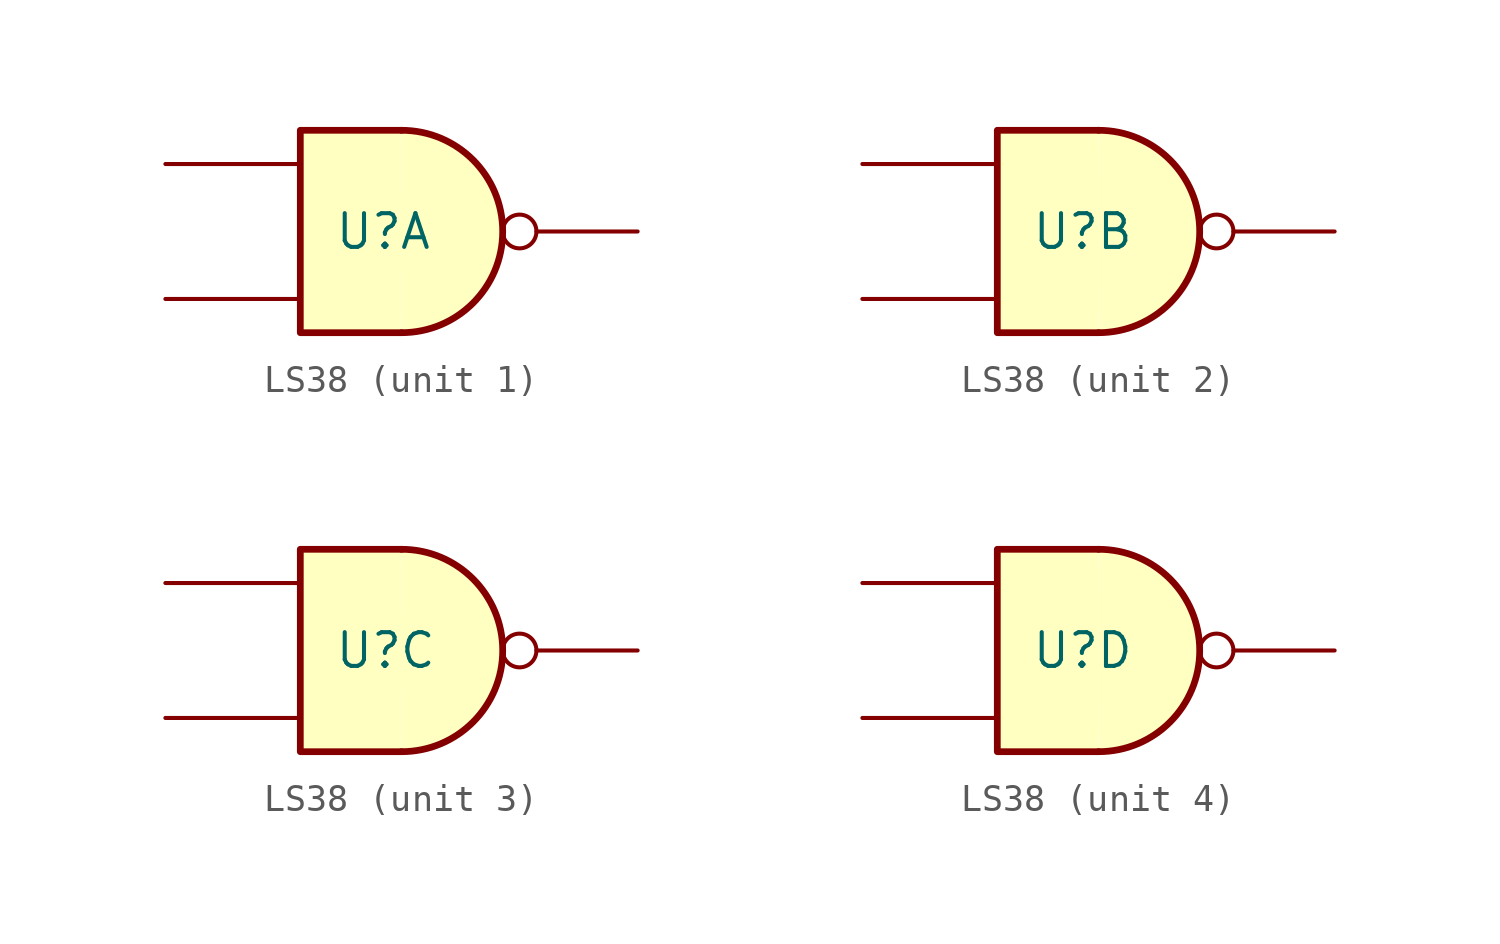
<source format=kicad_sym>
(kicad_symbol_lib
  (version 20211014)
  (generator kicad_symbol_editor)
  (symbol "LS38"
    (property "Reference" "U"
      (at -2.54 0 0)
      (effects (font (size 1.27 1.27)) (justify left)))
    (symbol "LS38_1_1"
      (arc (start 0 -3.81) (mid 3.81 0) (end 0 3.81) (stroke (width 0.254) (type default) (color 0 0 0 0)) (fill (type background)))
      (polyline (pts (xy 0 3.81) (xy -3.81 3.81) (xy -3.81 -3.81) (xy 0 -3.81)) (stroke (width 0.254) (type default) (color 0 0 0 0)) (fill (type background)))
      (pin passive line (at -8.89 -2.54 0) (length 5.08) (name "" (effects (font (size 1.27 1.27)))) (number "" (effects (font (size 1.27 1.27)))))
      (pin passive line (at -8.89 2.54 0) (length 5.08) (name "" (effects (font (size 1.27 1.27)))) (number "" (effects (font (size 1.27 1.27)))))
      (pin passive inverted (at 8.89 0 180) (length 5.08) (name "" (effects (font (size 1.27 1.27)))) (number "" (effects (font (size 1.27 1.27))))))
    (symbol "LS38_2_1"
      (arc (start 0 -3.81) (mid 3.81 0) (end 0 3.81) (stroke (width 0.254) (type default) (color 0 0 0 0)) (fill (type background)))
      (polyline (pts (xy 0 3.81) (xy -3.81 3.81) (xy -3.81 -3.81) (xy 0 -3.81)) (stroke (width 0.254) (type default) (color 0 0 0 0)) (fill (type background)))
      (pin passive line (at -8.89 -2.54 0) (length 5.08) (name "" (effects (font (size 1.27 1.27)))) (number "" (effects (font (size 1.27 1.27)))))
      (pin passive line (at -8.89 2.54 0) (length 5.08) (name "" (effects (font (size 1.27 1.27)))) (number "" (effects (font (size 1.27 1.27)))))
      (pin passive inverted (at 8.89 0 180) (length 5.08) (name "" (effects (font (size 1.27 1.27)))) (number "" (effects (font (size 1.27 1.27))))))
    (symbol "LS38_3_1"
      (arc (start 0 -3.81) (mid 3.81 0) (end 0 3.81) (stroke (width 0.254) (type default) (color 0 0 0 0)) (fill (type background)))
      (polyline (pts (xy 0 3.81) (xy -3.81 3.81) (xy -3.81 -3.81) (xy 0 -3.81)) (stroke (width 0.254) (type default) (color 0 0 0 0)) (fill (type background)))
      (pin passive line (at -8.89 -2.54 0) (length 5.08) (name "" (effects (font (size 1.27 1.27)))) (number "" (effects (font (size 1.27 1.27)))))
      (pin passive line (at -8.89 2.54 0) (length 5.08) (name "" (effects (font (size 1.27 1.27)))) (number "" (effects (font (size 1.27 1.27)))))
      (pin passive inverted (at 8.89 0 180) (length 5.08) (name "" (effects (font (size 1.27 1.27)))) (number "" (effects (font (size 1.27 1.27))))))
    (symbol "LS38_4_1"
      (arc (start 0 -3.81) (mid 3.81 0) (end 0 3.81) (stroke (width 0.254) (type default) (color 0 0 0 0)) (fill (type background)))
      (polyline (pts (xy 0 3.81) (xy -3.81 3.81) (xy -3.81 -3.81) (xy 0 -3.81)) (stroke (width 0.254) (type default) (color 0 0 0 0)) (fill (type background)))
      (pin passive line (at -8.89 -2.54 0) (length 5.08) (name "" (effects (font (size 1.27 1.27)))) (number "" (effects (font (size 1.27 1.27)))))
      (pin passive line (at -8.89 2.54 0) (length 5.08) (name "" (effects (font (size 1.27 1.27)))) (number "" (effects (font (size 1.27 1.27)))))
      (pin passive inverted (at 8.89 0 180) (length 5.08) (name "" (effects (font (size 1.27 1.27)))) (number "" (effects (font (size 1.27 1.27))))))))
</source>
